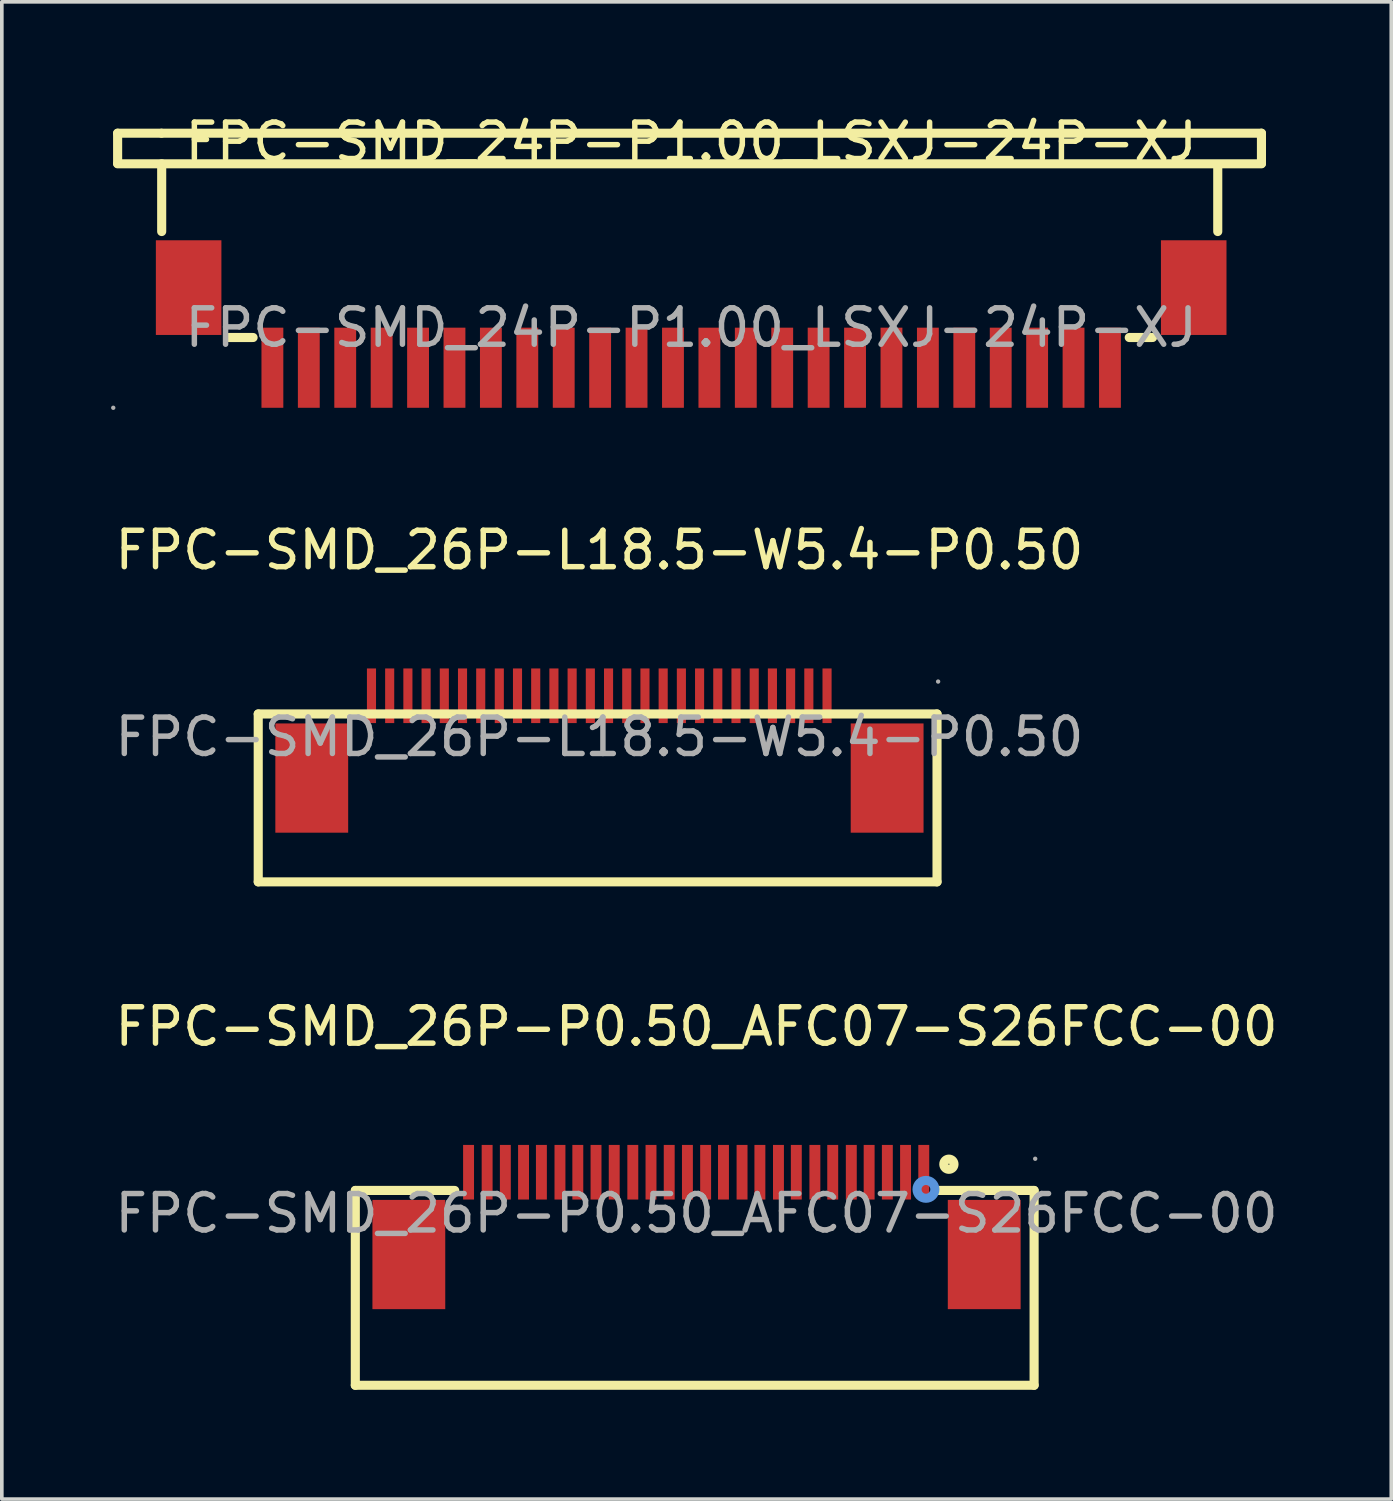
<source format=kicad_pcb>
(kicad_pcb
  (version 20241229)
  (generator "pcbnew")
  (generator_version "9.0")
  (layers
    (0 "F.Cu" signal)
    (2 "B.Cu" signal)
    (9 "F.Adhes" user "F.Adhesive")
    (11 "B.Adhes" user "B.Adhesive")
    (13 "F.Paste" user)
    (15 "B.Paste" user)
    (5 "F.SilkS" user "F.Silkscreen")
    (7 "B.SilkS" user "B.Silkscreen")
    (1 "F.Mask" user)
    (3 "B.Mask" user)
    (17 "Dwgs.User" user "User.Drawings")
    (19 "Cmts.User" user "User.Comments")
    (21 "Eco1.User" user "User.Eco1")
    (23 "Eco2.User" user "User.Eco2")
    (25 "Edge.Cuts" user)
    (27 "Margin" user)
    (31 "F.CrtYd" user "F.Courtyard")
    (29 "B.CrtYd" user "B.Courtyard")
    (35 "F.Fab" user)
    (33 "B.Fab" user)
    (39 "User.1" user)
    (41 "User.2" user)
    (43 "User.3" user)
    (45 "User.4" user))
  (footprint "FPC-SMD_26P-L18.5-W5.4-P0.50"
    (layer "F.Cu")
    (at 13.411 17.186)
    (property "Reference" "FPC-SMD_26P-L18.5-W5.4-P0.50" (at 0 -5.13 0) (layer "F.SilkS") (effects (font (size 1 1) (thickness 0.15))))
    (attr through_hole)
    (fp_line (start -9.37 -0.63) (end -9.37 3.98) (stroke (width 0.25) (type solid)) (layer "F.SilkS"))
    (fp_line (start -9.37 -0.63) (end 9.27 -0.63) (stroke (width 0.25) (type solid)) (layer "F.SilkS"))
    (fp_line (start -9.37 3.98) (end 9.27 3.98) (stroke (width 0.25) (type solid)) (layer "F.SilkS"))
    (fp_line (start 9.27 -0.63) (end 9.27 3.98) (stroke (width 0.25) (type solid)) (layer "F.SilkS"))
    (fp_circle (center 9.3 -1.52) (end 9.33 -1.52) (stroke (width 0.06) (type solid)) (fill no) (layer "F.Fab"))
    (fp_text user "${REFERENCE}" (at 0 0 0) (layer "F.Fab") (effects (font (size 1 1) (thickness 0.15))))
    (pad "1" smd rect (at 6.25 -1.13) (size 0.25 1.5) (layers "F.Cu" "F.Mask" "F.Paste"))
    (pad "2" smd rect (at 5.75 -1.13) (size 0.25 1.5) (layers "F.Cu" "F.Mask" "F.Paste"))
    (pad "3" smd rect (at 5.25 -1.13) (size 0.25 1.5) (layers "F.Cu" "F.Mask" "F.Paste"))
    (pad "4" smd rect (at 4.75 -1.13) (size 0.25 1.5) (layers "F.Cu" "F.Mask" "F.Paste"))
    (pad "5" smd rect (at 4.25 -1.13) (size 0.25 1.5) (layers "F.Cu" "F.Mask" "F.Paste"))
    (pad "6" smd rect (at 3.75 -1.13) (size 0.25 1.5) (layers "F.Cu" "F.Mask" "F.Paste"))
    (pad "7" smd rect (at 3.25 -1.13) (size 0.25 1.5) (layers "F.Cu" "F.Mask" "F.Paste"))
    (pad "8" smd rect (at 2.75 -1.13) (size 0.25 1.5) (layers "F.Cu" "F.Mask" "F.Paste"))
    (pad "9" smd rect (at 2.25 -1.13) (size 0.25 1.5) (layers "F.Cu" "F.Mask" "F.Paste"))
    (pad "10" smd rect (at 1.75 -1.13) (size 0.25 1.5) (layers "F.Cu" "F.Mask" "F.Paste"))
    (pad "11" smd rect (at 1.25 -1.13) (size 0.25 1.5) (layers "F.Cu" "F.Mask" "F.Paste"))
    (pad "12" smd rect (at 0.75 -1.13) (size 0.25 1.5) (layers "F.Cu" "F.Mask" "F.Paste"))
    (pad "13" smd rect (at 0.25 -1.13) (size 0.25 1.5) (layers "F.Cu" "F.Mask" "F.Paste"))
    (pad "14" smd rect (at -0.25 -1.13) (size 0.25 1.5) (layers "F.Cu" "F.Mask" "F.Paste"))
    (pad "15" smd rect (at -0.75 -1.13) (size 0.25 1.5) (layers "F.Cu" "F.Mask" "F.Paste"))
    (pad "16" smd rect (at -1.25 -1.13) (size 0.25 1.5) (layers "F.Cu" "F.Mask" "F.Paste"))
    (pad "17" smd rect (at -1.75 -1.13) (size 0.25 1.5) (layers "F.Cu" "F.Mask" "F.Paste"))
    (pad "18" smd rect (at -2.25 -1.13) (size 0.25 1.5) (layers "F.Cu" "F.Mask" "F.Paste"))
    (pad "19" smd rect (at -2.75 -1.13) (size 0.25 1.5) (layers "F.Cu" "F.Mask" "F.Paste"))
    (pad "20" smd rect (at -3.26 -1.13) (size 0.25 1.5) (layers "F.Cu" "F.Mask" "F.Paste"))
    (pad "21" smd rect (at -3.76 -1.13) (size 0.25 1.5) (layers "F.Cu" "F.Mask" "F.Paste"))
    (pad "22" smd rect (at -4.26 -1.13) (size 0.25 1.5) (layers "F.Cu" "F.Mask" "F.Paste"))
    (pad "23" smd rect (at -4.76 -1.13) (size 0.25 1.5) (layers "F.Cu" "F.Mask" "F.Paste"))
    (pad "24" smd rect (at -5.26 -1.13) (size 0.25 1.5) (layers "F.Cu" "F.Mask" "F.Paste"))
    (pad "25" smd rect (at -5.76 -1.13) (size 0.25 1.5) (layers "F.Cu" "F.Mask" "F.Paste"))
    (pad "26" smd rect (at -6.26 -1.13) (size 0.25 1.5) (layers "F.Cu" "F.Mask" "F.Paste"))
    (pad "27" smd rect (at -7.9 1.13) (size 2 3) (layers "F.Cu" "F.Mask" "F.Paste"))
    (pad "28" smd rect (at 7.9 1.13) (size 2 3) (layers "F.Cu" "F.Mask" "F.Paste")))
  (footprint "FPC-SMD_26P-P0.50_AFC07-S26FCC-00"
    (layer "F.Cu")
    (at 16.077 30.27)
    (property "Reference" "FPC-SMD_26P-P0.50_AFC07-S26FCC-00" (at 0 -5.13 0) (layer "F.SilkS") (effects (font (size 1 1) (thickness 0.15))))
    (attr through_hole)
    (fp_line (start -9.37 -0.63) (end -9.37 4.72) (stroke (width 0.25) (type solid)) (layer "F.SilkS"))
    (fp_line (start -9.37 -0.63) (end -6.64 -0.63) (stroke (width 0.25) (type solid)) (layer "F.SilkS"))
    (fp_line (start -9.37 4.72) (end 9.27 4.72) (stroke (width 0.25) (type solid)) (layer "F.SilkS"))
    (fp_line (start 6.63 -0.63) (end 9.27 -0.63) (stroke (width 0.25) (type solid)) (layer "F.SilkS"))
    (fp_line (start 9.27 -0.63) (end 9.27 4.72) (stroke (width 0.25) (type solid)) (layer "F.SilkS"))
    (fp_circle (center 6.93 -1.35) (end 7.07 -1.35) (stroke (width 0.25) (type solid)) (fill no) (layer "F.SilkS"))
    (fp_circle (center 6.3 -0.66) (end 6.42 -0.66) (stroke (width 0.25) (type solid)) (fill no) (layer "Cmts.User"))
    (fp_circle (center 9.3 -1.5) (end 9.33 -1.5) (stroke (width 0.06) (type solid)) (fill no) (layer "F.Fab"))
    (fp_text user "${REFERENCE}" (at 0 0 0) (layer "F.Fab") (effects (font (size 1 1) (thickness 0.15))))
    (pad "1" smd rect (at 6.24 -1.13 180) (size 0.3 1.5) (layers "F.Cu" "F.Mask" "F.Paste"))
    (pad "2" smd rect (at 5.74 -1.13 180) (size 0.3 1.5) (layers "F.Cu" "F.Mask" "F.Paste"))
    (pad "3" smd rect (at 5.24 -1.13 180) (size 0.3 1.5) (layers "F.Cu" "F.Mask" "F.Paste"))
    (pad "4" smd rect (at 4.74 -1.13 180) (size 0.3 1.5) (layers "F.Cu" "F.Mask" "F.Paste"))
    (pad "5" smd rect (at 4.25 -1.13 180) (size 0.3 1.5) (layers "F.Cu" "F.Mask" "F.Paste"))
    (pad "6" smd rect (at 3.74 -1.13 180) (size 0.3 1.5) (layers "F.Cu" "F.Mask" "F.Paste"))
    (pad "7" smd rect (at 3.25 -1.13 180) (size 0.3 1.5) (layers "F.Cu" "F.Mask" "F.Paste"))
    (pad "8" smd rect (at 2.74 -1.13 180) (size 0.3 1.5) (layers "F.Cu" "F.Mask" "F.Paste"))
    (pad "9" smd rect (at 2.25 -1.13 180) (size 0.3 1.5) (layers "F.Cu" "F.Mask" "F.Paste"))
    (pad "10" smd rect (at 1.74 -1.13 180) (size 0.3 1.5) (layers "F.Cu" "F.Mask" "F.Paste"))
    (pad "11" smd rect (at 1.25 -1.13 180) (size 0.3 1.5) (layers "F.Cu" "F.Mask" "F.Paste"))
    (pad "12" smd rect (at 0.74 -1.13 180) (size 0.3 1.5) (layers "F.Cu" "F.Mask" "F.Paste"))
    (pad "13" smd rect (at 0.25 -1.13 180) (size 0.3 1.5) (layers "F.Cu" "F.Mask" "F.Paste"))
    (pad "14" smd rect (at -0.25 -1.13 180) (size 0.3 1.5) (layers "F.Cu" "F.Mask" "F.Paste"))
    (pad "15" smd rect (at -0.75 -1.13 180) (size 0.3 1.5) (layers "F.Cu" "F.Mask" "F.Paste"))
    (pad "16" smd rect (at -1.25 -1.13 180) (size 0.3 1.5) (layers "F.Cu" "F.Mask" "F.Paste"))
    (pad "17" smd rect (at -1.75 -1.13 180) (size 0.3 1.5) (layers "F.Cu" "F.Mask" "F.Paste"))
    (pad "18" smd rect (at -2.26 -1.13 180) (size 0.3 1.5) (layers "F.Cu" "F.Mask" "F.Paste"))
    (pad "19" smd rect (at -2.76 -1.13 180) (size 0.3 1.5) (layers "F.Cu" "F.Mask" "F.Paste"))
    (pad "20" smd rect (at -3.26 -1.13 180) (size 0.3 1.5) (layers "F.Cu" "F.Mask" "F.Paste"))
    (pad "21" smd rect (at -3.75 -1.13 180) (size 0.3 1.5) (layers "F.Cu" "F.Mask" "F.Paste"))
    (pad "22" smd rect (at -4.26 -1.13 180) (size 0.3 1.5) (layers "F.Cu" "F.Mask" "F.Paste"))
    (pad "23" smd rect (at -4.75 -1.13 180) (size 0.3 1.5) (layers "F.Cu" "F.Mask" "F.Paste"))
    (pad "24" smd rect (at -5.25 -1.13 180) (size 0.3 1.5) (layers "F.Cu" "F.Mask" "F.Paste"))
    (pad "25" smd rect (at -5.75 -1.13 180) (size 0.3 1.5) (layers "F.Cu" "F.Mask" "F.Paste"))
    (pad "26" smd rect (at -6.26 -1.13 180) (size 0.3 1.5) (layers "F.Cu" "F.Mask" "F.Paste"))
    (pad "27" smd rect (at -7.9 1.13) (size 2 3) (layers "F.Cu" "F.Mask" "F.Paste"))
    (pad "28" smd rect (at 7.9 1.13 180) (size 2 3) (layers "F.Cu" "F.Mask" "F.Paste")))
  (footprint "FPC-SMD_24P-P1.00_LSXJ-24P-XJ"
    (layer "F.Cu")
    (at 15.93 5.948)
    (property "Reference" "FPC-SMD_24P-P1.00_LSXJ-24P-XJ" (at 0 -5.1 0) (layer "F.SilkS") (effects (font (size 1 1) (thickness 0.15))))
    (attr through_hole)
    (fp_line (start -15.75 -5.34) (end -15.75 -4.51) (stroke (width 0.25) (type solid)) (layer "F.SilkS"))
    (fp_line (start -15.75 -5.34) (end -14.55 -5.34) (stroke (width 0.25) (type solid)) (layer "F.SilkS"))
    (fp_line (start -15.75 -4.5) (end 15.66 -4.5) (stroke (width 0.25) (type solid)) (layer "F.SilkS"))
    (fp_line (start -14.54 -2.64) (end -14.54 -4.5) (stroke (width 0.25) (type solid)) (layer "F.SilkS"))
    (fp_line (start -12.69 0.27) (end -12.03 0.27) (stroke (width 0.25) (type solid)) (layer "F.SilkS"))
    (fp_line (start 12.03 0.27) (end 12.67 0.27) (stroke (width 0.25) (type solid)) (layer "F.SilkS"))
    (fp_line (start 14.46 -2.64) (end 14.46 -4.48) (stroke (width 0.25) (type solid)) (layer "F.SilkS"))
    (fp_line (start 15.66 -5.34) (end -14.54 -5.34) (stroke (width 0.25) (type solid)) (layer "F.SilkS"))
    (fp_line (start 15.66 -5.34) (end 15.66 -4.51) (stroke (width 0.25) (type solid)) (layer "F.SilkS"))
    (fp_circle (center -15.87 2.2) (end -15.84 2.2) (stroke (width 0.06) (type solid)) (fill no) (layer "F.Fab"))
    (fp_text user "${REFERENCE}" (at 0 0 0) (layer "F.Fab") (effects (font (size 1 1) (thickness 0.15))))
    (pad "1" smd rect (at -11.5 1.1) (size 0.6 2.2) (layers "F.Cu" "F.Mask" "F.Paste"))
    (pad "2" smd rect (at -10.5 1.1) (size 0.6 2.2) (layers "F.Cu" "F.Mask" "F.Paste"))
    (pad "3" smd rect (at -9.5 1.1) (size 0.6 2.2) (layers "F.Cu" "F.Mask" "F.Paste"))
    (pad "4" smd rect (at -8.5 1.1) (size 0.6 2.2) (layers "F.Cu" "F.Mask" "F.Paste"))
    (pad "5" smd rect (at -7.5 1.1) (size 0.6 2.2) (layers "F.Cu" "F.Mask" "F.Paste"))
    (pad "6" smd rect (at -6.5 1.1) (size 0.6 2.2) (layers "F.Cu" "F.Mask" "F.Paste"))
    (pad "7" smd rect (at -5.5 1.1) (size 0.6 2.2) (layers "F.Cu" "F.Mask" "F.Paste"))
    (pad "8" smd rect (at -4.5 1.1) (size 0.6 2.2) (layers "F.Cu" "F.Mask" "F.Paste"))
    (pad "9" smd rect (at -3.5 1.1) (size 0.6 2.2) (layers "F.Cu" "F.Mask" "F.Paste"))
    (pad "10" smd rect (at -2.5 1.1) (size 0.6 2.2) (layers "F.Cu" "F.Mask" "F.Paste"))
    (pad "11" smd rect (at -1.5 1.1) (size 0.6 2.2) (layers "F.Cu" "F.Mask" "F.Paste"))
    (pad "12" smd rect (at -0.5 1.1) (size 0.6 2.2) (layers "F.Cu" "F.Mask" "F.Paste"))
    (pad "13" smd rect (at 0.5 1.1) (size 0.6 2.2) (layers "F.Cu" "F.Mask" "F.Paste"))
    (pad "14" smd rect (at 1.5 1.1) (size 0.6 2.2) (layers "F.Cu" "F.Mask" "F.Paste"))
    (pad "15" smd rect (at 2.5 1.1) (size 0.6 2.2) (layers "F.Cu" "F.Mask" "F.Paste"))
    (pad "16" smd rect (at 3.5 1.1) (size 0.6 2.2) (layers "F.Cu" "F.Mask" "F.Paste"))
    (pad "17" smd rect (at 4.5 1.1) (size 0.6 2.2) (layers "F.Cu" "F.Mask" "F.Paste"))
    (pad "18" smd rect (at 5.5 1.1) (size 0.6 2.2) (layers "F.Cu" "F.Mask" "F.Paste"))
    (pad "19" smd rect (at 6.5 1.1) (size 0.6 2.2) (layers "F.Cu" "F.Mask" "F.Paste"))
    (pad "20" smd rect (at 7.5 1.1) (size 0.6 2.2) (layers "F.Cu" "F.Mask" "F.Paste"))
    (pad "21" smd rect (at 8.5 1.1) (size 0.6 2.2) (layers "F.Cu" "F.Mask" "F.Paste"))
    (pad "22" smd rect (at 9.5 1.1) (size 0.6 2.2) (layers "F.Cu" "F.Mask" "F.Paste"))
    (pad "23" smd rect (at 10.5 1.1) (size 0.6 2.2) (layers "F.Cu" "F.Mask" "F.Paste"))
    (pad "24" smd rect (at 11.5 1.1) (size 0.6 2.2) (layers "F.Cu" "F.Mask" "F.Paste"))
    (pad "25" smd rect (at 13.8 -1.1 90) (size 2.6 1.8) (layers "F.Cu" "F.Mask" "F.Paste"))
    (pad "26" smd rect (at -13.8 -1.1 90) (size 2.6 1.8) (layers "F.Cu" "F.Mask" "F.Paste")))
  (gr_rect
    (start -3 -3)
    (end 35.155 38.115)
    (stroke (width 0.1) (type default))
    (fill no)
    (layer "Edge.Cuts")))
</source>
